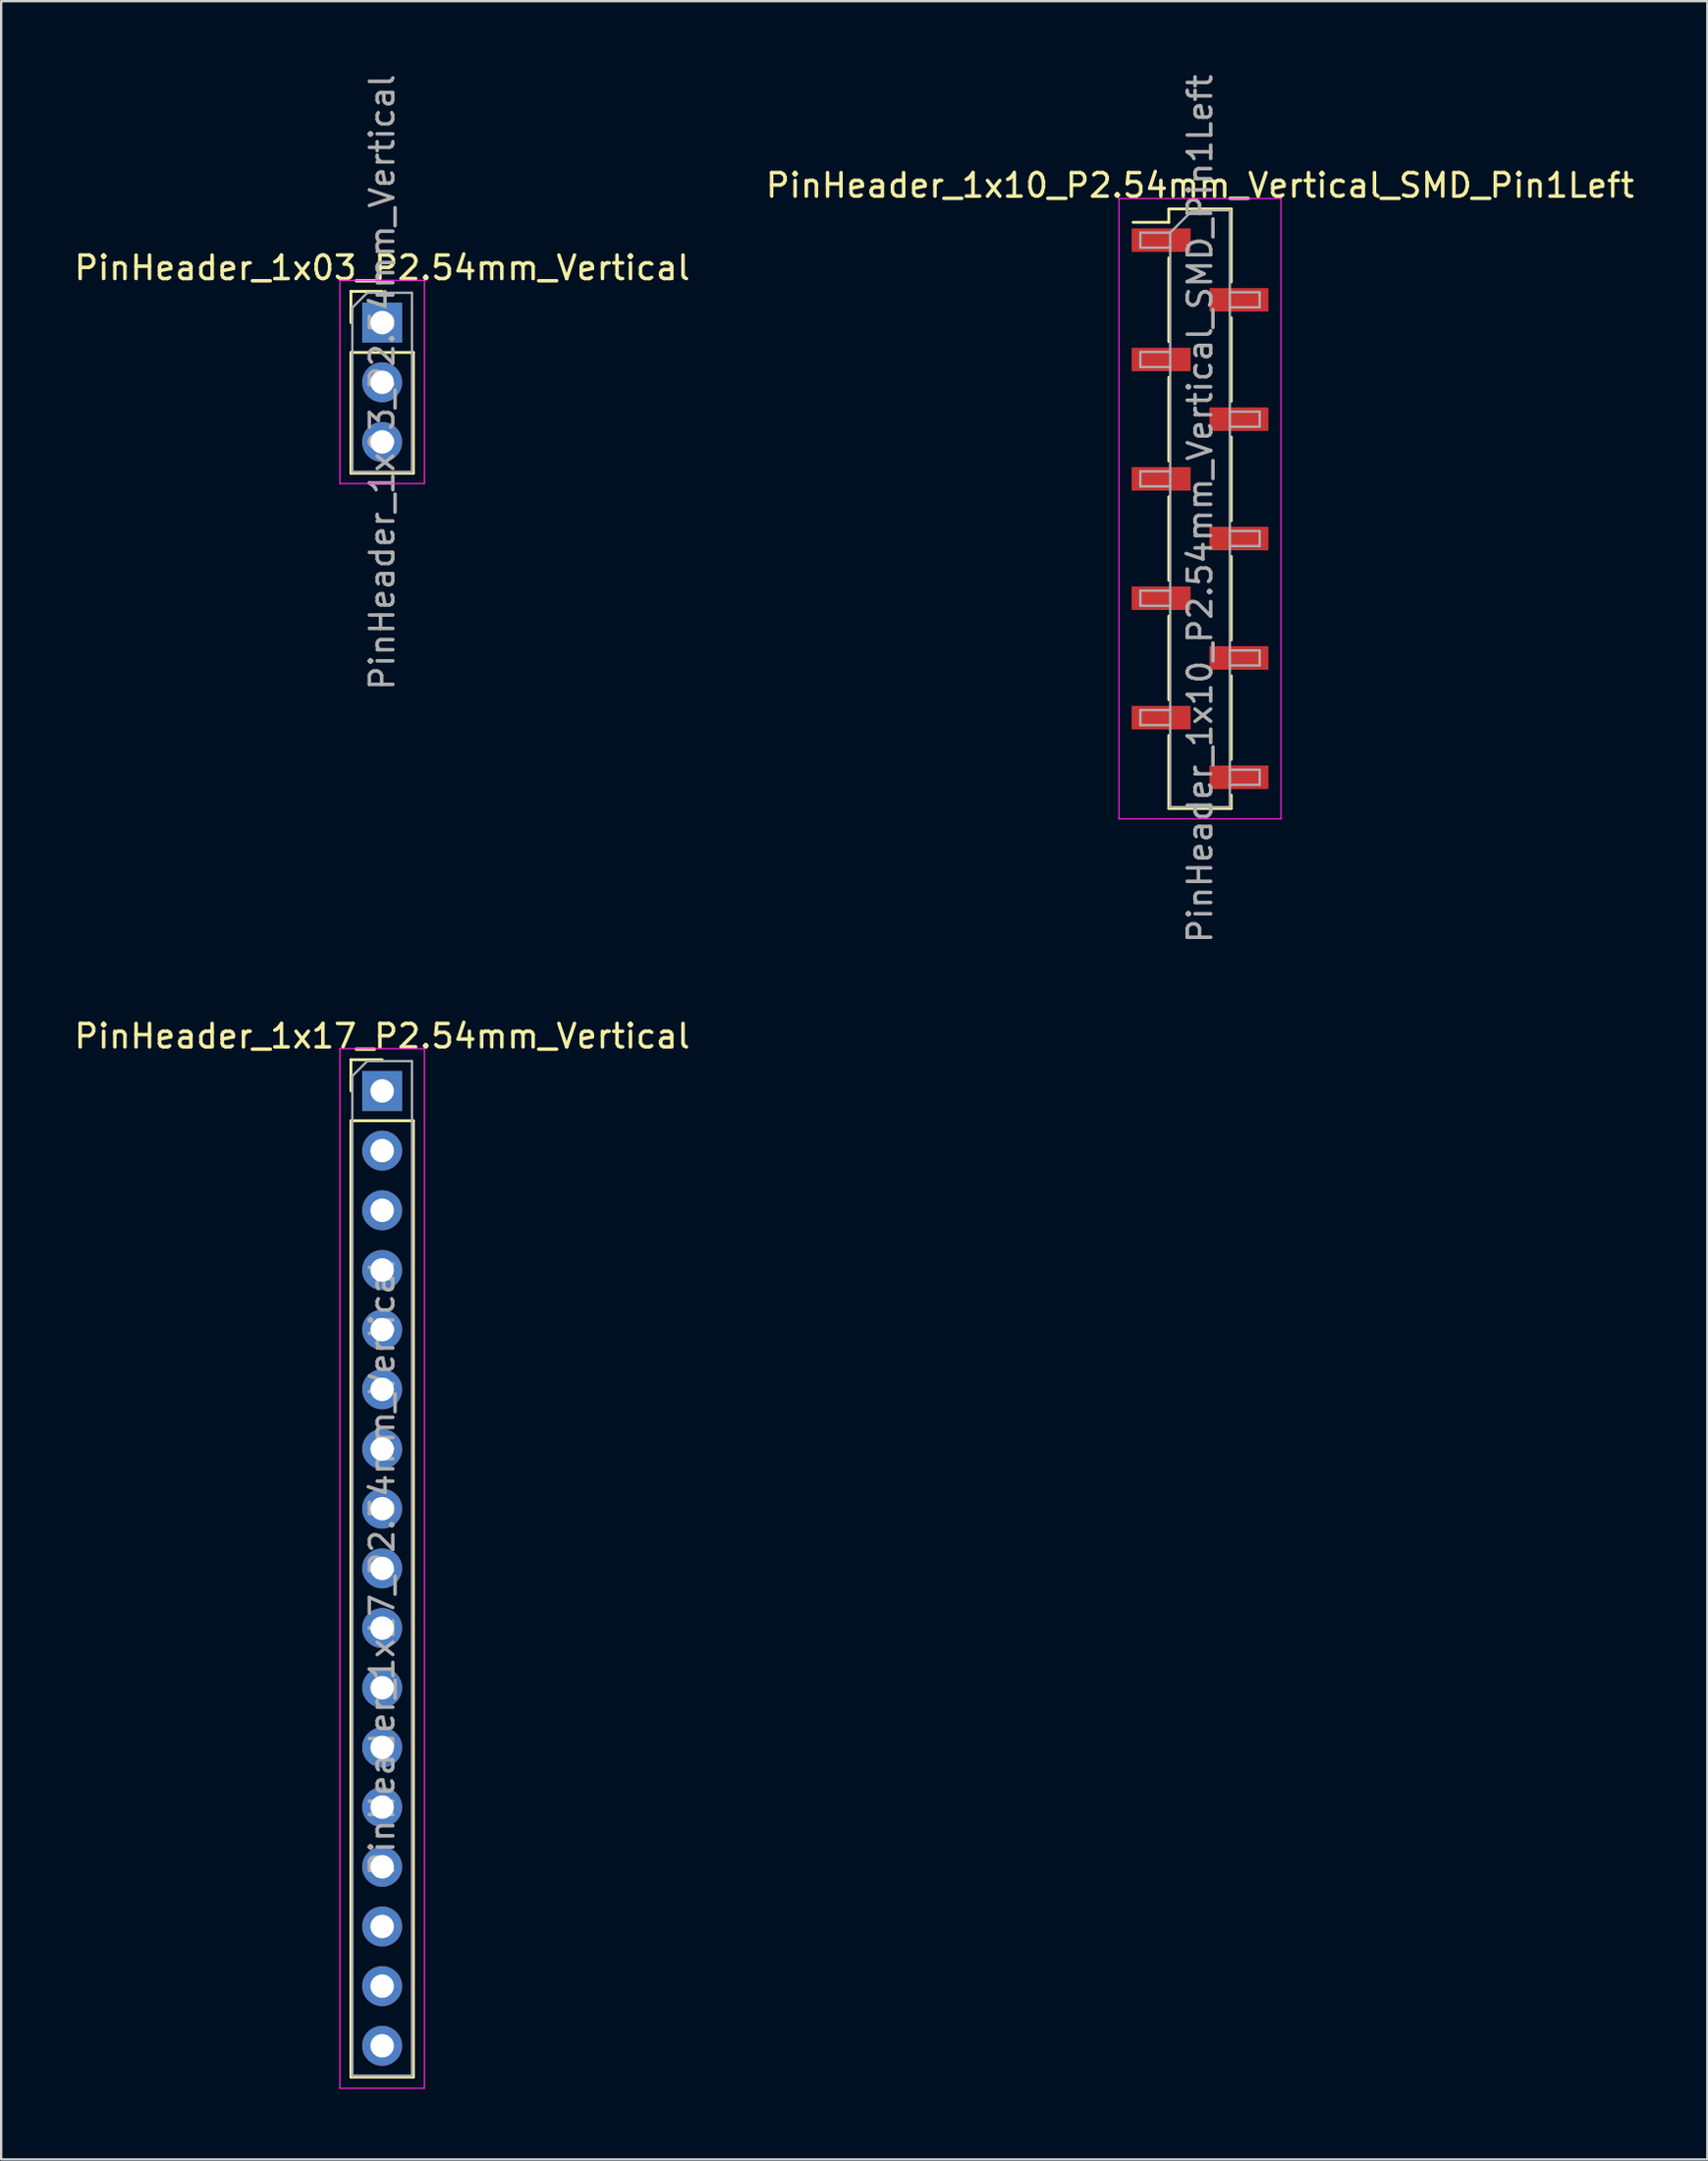
<source format=kicad_pcb>
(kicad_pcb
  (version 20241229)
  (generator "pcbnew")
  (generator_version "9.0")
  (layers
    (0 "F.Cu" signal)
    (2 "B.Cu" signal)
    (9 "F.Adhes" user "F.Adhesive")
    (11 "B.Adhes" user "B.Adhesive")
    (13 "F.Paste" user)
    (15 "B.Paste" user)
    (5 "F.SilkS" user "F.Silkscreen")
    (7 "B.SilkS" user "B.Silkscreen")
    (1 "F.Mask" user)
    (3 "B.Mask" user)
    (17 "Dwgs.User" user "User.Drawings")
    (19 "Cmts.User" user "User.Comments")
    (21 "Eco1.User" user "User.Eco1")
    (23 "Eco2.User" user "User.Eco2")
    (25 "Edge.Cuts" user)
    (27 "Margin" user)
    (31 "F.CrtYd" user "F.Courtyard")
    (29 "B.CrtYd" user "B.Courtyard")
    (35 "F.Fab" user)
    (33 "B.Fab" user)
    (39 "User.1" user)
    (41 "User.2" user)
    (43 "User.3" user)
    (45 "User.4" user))
  (footprint "PinHeader_1x10_P2.54mm_Vertical_SMD_Pin1Left"
    (layer "F.Cu")
    (at 48.042 18.601)
    (property "Reference" "PinHeader_1x10_P2.54mm_Vertical_SMD_Pin1Left" (at 0 -13.76 0) (layer "F.SilkS") (effects (font (size 1 1) (thickness 0.15))))
    (attr smd)
    (fp_line (start -1.33 -12.76) (end -1.33 -12.19) (stroke (width 0.12) (type solid)) (layer "F.SilkS"))
    (fp_line (start -1.33 -12.76) (end 1.33 -12.76) (stroke (width 0.12) (type solid)) (layer "F.SilkS"))
    (fp_line (start -1.33 -12.19) (end -2.85 -12.19) (stroke (width 0.12) (type solid)) (layer "F.SilkS"))
    (fp_line (start -1.33 -10.67) (end -1.33 -7.11) (stroke (width 0.12) (type solid)) (layer "F.SilkS"))
    (fp_line (start -1.33 -5.59) (end -1.33 -2.03) (stroke (width 0.12) (type solid)) (layer "F.SilkS"))
    (fp_line (start -1.33 -0.51) (end -1.33 3.05) (stroke (width 0.12) (type solid)) (layer "F.SilkS"))
    (fp_line (start -1.33 4.57) (end -1.33 8.13) (stroke (width 0.12) (type solid)) (layer "F.SilkS"))
    (fp_line (start -1.33 9.65) (end -1.33 12.76) (stroke (width 0.12) (type solid)) (layer "F.SilkS"))
    (fp_line (start -1.33 12.76) (end 1.33 12.76) (stroke (width 0.12) (type solid)) (layer "F.SilkS"))
    (fp_line (start 1.33 -12.76) (end 1.33 -9.65) (stroke (width 0.12) (type solid)) (layer "F.SilkS"))
    (fp_line (start 1.33 -8.13) (end 1.33 -4.57) (stroke (width 0.12) (type solid)) (layer "F.SilkS"))
    (fp_line (start 1.33 -3.05) (end 1.33 0.51) (stroke (width 0.12) (type solid)) (layer "F.SilkS"))
    (fp_line (start 1.33 2.03) (end 1.33 5.59) (stroke (width 0.12) (type solid)) (layer "F.SilkS"))
    (fp_line (start 1.33 7.11) (end 1.33 10.67) (stroke (width 0.12) (type solid)) (layer "F.SilkS"))
    (fp_line (start 1.33 12.19) (end 1.33 12.76) (stroke (width 0.12) (type solid)) (layer "F.SilkS"))
    (fp_line (start -3.45 -13.2) (end -3.45 13.2) (stroke (width 0.05) (type solid)) (layer "F.CrtYd"))
    (fp_line (start -3.45 13.2) (end 3.45 13.2) (stroke (width 0.05) (type solid)) (layer "F.CrtYd"))
    (fp_line (start 3.45 -13.2) (end -3.45 -13.2) (stroke (width 0.05) (type solid)) (layer "F.CrtYd"))
    (fp_line (start 3.45 13.2) (end 3.45 -13.2) (stroke (width 0.05) (type solid)) (layer "F.CrtYd"))
    (fp_line (start -2.54 -11.75) (end -2.54 -11.11) (stroke (width 0.1) (type solid)) (layer "F.Fab"))
    (fp_line (start -2.54 -11.11) (end -1.27 -11.11) (stroke (width 0.1) (type solid)) (layer "F.Fab"))
    (fp_line (start -2.54 -6.67) (end -2.54 -6.03) (stroke (width 0.1) (type solid)) (layer "F.Fab"))
    (fp_line (start -2.54 -6.03) (end -1.27 -6.03) (stroke (width 0.1) (type solid)) (layer "F.Fab"))
    (fp_line (start -2.54 -1.59) (end -2.54 -0.95) (stroke (width 0.1) (type solid)) (layer "F.Fab"))
    (fp_line (start -2.54 -0.95) (end -1.27 -0.95) (stroke (width 0.1) (type solid)) (layer "F.Fab"))
    (fp_line (start -2.54 3.49) (end -2.54 4.13) (stroke (width 0.1) (type solid)) (layer "F.Fab"))
    (fp_line (start -2.54 4.13) (end -1.27 4.13) (stroke (width 0.1) (type solid)) (layer "F.Fab"))
    (fp_line (start -2.54 8.57) (end -2.54 9.21) (stroke (width 0.1) (type solid)) (layer "F.Fab"))
    (fp_line (start -2.54 9.21) (end -1.27 9.21) (stroke (width 0.1) (type solid)) (layer "F.Fab"))
    (fp_line (start -1.27 -11.75) (end -2.54 -11.75) (stroke (width 0.1) (type solid)) (layer "F.Fab"))
    (fp_line (start -1.27 -11.75) (end -0.32 -12.7) (stroke (width 0.1) (type solid)) (layer "F.Fab"))
    (fp_line (start -1.27 -6.67) (end -2.54 -6.67) (stroke (width 0.1) (type solid)) (layer "F.Fab"))
    (fp_line (start -1.27 -1.59) (end -2.54 -1.59) (stroke (width 0.1) (type solid)) (layer "F.Fab"))
    (fp_line (start -1.27 3.49) (end -2.54 3.49) (stroke (width 0.1) (type solid)) (layer "F.Fab"))
    (fp_line (start -1.27 8.57) (end -2.54 8.57) (stroke (width 0.1) (type solid)) (layer "F.Fab"))
    (fp_line (start -1.27 12.7) (end -1.27 -11.75) (stroke (width 0.1) (type solid)) (layer "F.Fab"))
    (fp_line (start -0.32 -12.7) (end 1.27 -12.7) (stroke (width 0.1) (type solid)) (layer "F.Fab"))
    (fp_line (start 1.27 -12.7) (end 1.27 12.7) (stroke (width 0.1) (type solid)) (layer "F.Fab"))
    (fp_line (start 1.27 -9.21) (end 2.54 -9.21) (stroke (width 0.1) (type solid)) (layer "F.Fab"))
    (fp_line (start 1.27 -4.13) (end 2.54 -4.13) (stroke (width 0.1) (type solid)) (layer "F.Fab"))
    (fp_line (start 1.27 0.95) (end 2.54 0.95) (stroke (width 0.1) (type solid)) (layer "F.Fab"))
    (fp_line (start 1.27 6.03) (end 2.54 6.03) (stroke (width 0.1) (type solid)) (layer "F.Fab"))
    (fp_line (start 1.27 11.11) (end 2.54 11.11) (stroke (width 0.1) (type solid)) (layer "F.Fab"))
    (fp_line (start 1.27 12.7) (end -1.27 12.7) (stroke (width 0.1) (type solid)) (layer "F.Fab"))
    (fp_line (start 2.54 -9.21) (end 2.54 -8.57) (stroke (width 0.1) (type solid)) (layer "F.Fab"))
    (fp_line (start 2.54 -8.57) (end 1.27 -8.57) (stroke (width 0.1) (type solid)) (layer "F.Fab"))
    (fp_line (start 2.54 -4.13) (end 2.54 -3.49) (stroke (width 0.1) (type solid)) (layer "F.Fab"))
    (fp_line (start 2.54 -3.49) (end 1.27 -3.49) (stroke (width 0.1) (type solid)) (layer "F.Fab"))
    (fp_line (start 2.54 0.95) (end 2.54 1.59) (stroke (width 0.1) (type solid)) (layer "F.Fab"))
    (fp_line (start 2.54 1.59) (end 1.27 1.59) (stroke (width 0.1) (type solid)) (layer "F.Fab"))
    (fp_line (start 2.54 6.03) (end 2.54 6.67) (stroke (width 0.1) (type solid)) (layer "F.Fab"))
    (fp_line (start 2.54 6.67) (end 1.27 6.67) (stroke (width 0.1) (type solid)) (layer "F.Fab"))
    (fp_line (start 2.54 11.11) (end 2.54 11.75) (stroke (width 0.1) (type solid)) (layer "F.Fab"))
    (fp_line (start 2.54 11.75) (end 1.27 11.75) (stroke (width 0.1) (type solid)) (layer "F.Fab"))
    (fp_text user "${REFERENCE}" (at 0 0 90) (layer "F.Fab") (effects (font (size 1 1) (thickness 0.15))))
    (pad "1" smd rect (at -1.655 -11.43) (size 2.51 1) (layers "F.Cu" "F.Mask" "F.Paste"))
    (pad "2" smd rect (at 1.655 -8.89) (size 2.51 1) (layers "F.Cu" "F.Mask" "F.Paste"))
    (pad "3" smd rect (at -1.655 -6.35) (size 2.51 1) (layers "F.Cu" "F.Mask" "F.Paste"))
    (pad "4" smd rect (at 1.655 -3.81) (size 2.51 1) (layers "F.Cu" "F.Mask" "F.Paste"))
    (pad "5" smd rect (at -1.655 -1.27) (size 2.51 1) (layers "F.Cu" "F.Mask" "F.Paste"))
    (pad "6" smd rect (at 1.655 1.27) (size 2.51 1) (layers "F.Cu" "F.Mask" "F.Paste"))
    (pad "7" smd rect (at -1.655 3.81) (size 2.51 1) (layers "F.Cu" "F.Mask" "F.Paste"))
    (pad "8" smd rect (at 1.655 6.35) (size 2.51 1) (layers "F.Cu" "F.Mask" "F.Paste"))
    (pad "9" smd rect (at -1.655 8.89) (size 2.51 1) (layers "F.Cu" "F.Mask" "F.Paste"))
    (pad "10" smd rect (at 1.655 11.43) (size 2.51 1) (layers "F.Cu" "F.Mask" "F.Paste")))
  (footprint "PinHeader_1x03_P2.54mm_Vertical"
    (layer "F.Cu")
    (at 13.22 10.68)
    (property "Reference" "PinHeader_1x03_P2.54mm_Vertical" (at 0 -2.33 0) (layer "F.SilkS") (effects (font (size 1 1) (thickness 0.15))))
    (attr through_hole)
    (fp_line (start -1.33 -1.33) (end 0 -1.33) (stroke (width 0.12) (type solid)) (layer "F.SilkS"))
    (fp_line (start -1.33 0) (end -1.33 -1.33) (stroke (width 0.12) (type solid)) (layer "F.SilkS"))
    (fp_line (start -1.33 1.27) (end -1.33 6.41) (stroke (width 0.12) (type solid)) (layer "F.SilkS"))
    (fp_line (start -1.33 1.27) (end 1.33 1.27) (stroke (width 0.12) (type solid)) (layer "F.SilkS"))
    (fp_line (start -1.33 6.41) (end 1.33 6.41) (stroke (width 0.12) (type solid)) (layer "F.SilkS"))
    (fp_line (start 1.33 1.27) (end 1.33 6.41) (stroke (width 0.12) (type solid)) (layer "F.SilkS"))
    (fp_line (start -1.8 -1.8) (end -1.8 6.85) (stroke (width 0.05) (type solid)) (layer "F.CrtYd"))
    (fp_line (start -1.8 6.85) (end 1.8 6.85) (stroke (width 0.05) (type solid)) (layer "F.CrtYd"))
    (fp_line (start 1.8 -1.8) (end -1.8 -1.8) (stroke (width 0.05) (type solid)) (layer "F.CrtYd"))
    (fp_line (start 1.8 6.85) (end 1.8 -1.8) (stroke (width 0.05) (type solid)) (layer "F.CrtYd"))
    (fp_line (start -1.27 -0.635) (end -0.635 -1.27) (stroke (width 0.1) (type solid)) (layer "F.Fab"))
    (fp_line (start -1.27 6.35) (end -1.27 -0.635) (stroke (width 0.1) (type solid)) (layer "F.Fab"))
    (fp_line (start -0.635 -1.27) (end 1.27 -1.27) (stroke (width 0.1) (type solid)) (layer "F.Fab"))
    (fp_line (start 1.27 -1.27) (end 1.27 6.35) (stroke (width 0.1) (type solid)) (layer "F.Fab"))
    (fp_line (start 1.27 6.35) (end -1.27 6.35) (stroke (width 0.1) (type solid)) (layer "F.Fab"))
    (fp_text user "${REFERENCE}" (at 0 2.54 90) (layer "F.Fab") (effects (font (size 1 1) (thickness 0.15))))
    (pad "1" thru_hole rect (at 0 0) (size 1.7 1.7) (drill 1) (layers "*.Cu" "*.Mask"))
    (pad "2" thru_hole oval (at 0 2.54) (size 1.7 1.7) (drill 1) (layers "*.Cu" "*.Mask"))
    (pad "3" thru_hole oval (at 0 5.08) (size 1.7 1.7) (drill 1) (layers "*.Cu" "*.Mask")))
  (footprint "PinHeader_1x17_P2.54mm_Vertical"
    (layer "F.Cu")
    (at 13.22 43.381)
    (property "Reference" "PinHeader_1x17_P2.54mm_Vertical" (at 0 -2.33 0) (layer "F.SilkS") (effects (font (size 1 1) (thickness 0.15))))
    (attr through_hole)
    (fp_line (start -1.33 -1.33) (end 0 -1.33) (stroke (width 0.12) (type solid)) (layer "F.SilkS"))
    (fp_line (start -1.33 0) (end -1.33 -1.33) (stroke (width 0.12) (type solid)) (layer "F.SilkS"))
    (fp_line (start -1.33 1.27) (end -1.33 41.97) (stroke (width 0.12) (type solid)) (layer "F.SilkS"))
    (fp_line (start -1.33 1.27) (end 1.33 1.27) (stroke (width 0.12) (type solid)) (layer "F.SilkS"))
    (fp_line (start -1.33 41.97) (end 1.33 41.97) (stroke (width 0.12) (type solid)) (layer "F.SilkS"))
    (fp_line (start 1.33 1.27) (end 1.33 41.97) (stroke (width 0.12) (type solid)) (layer "F.SilkS"))
    (fp_line (start -1.8 -1.8) (end -1.8 42.45) (stroke (width 0.05) (type solid)) (layer "F.CrtYd"))
    (fp_line (start -1.8 42.45) (end 1.8 42.45) (stroke (width 0.05) (type solid)) (layer "F.CrtYd"))
    (fp_line (start 1.8 -1.8) (end -1.8 -1.8) (stroke (width 0.05) (type solid)) (layer "F.CrtYd"))
    (fp_line (start 1.8 42.45) (end 1.8 -1.8) (stroke (width 0.05) (type solid)) (layer "F.CrtYd"))
    (fp_line (start -1.27 -0.635) (end -0.635 -1.27) (stroke (width 0.1) (type solid)) (layer "F.Fab"))
    (fp_line (start -1.27 41.91) (end -1.27 -0.635) (stroke (width 0.1) (type solid)) (layer "F.Fab"))
    (fp_line (start -0.635 -1.27) (end 1.27 -1.27) (stroke (width 0.1) (type solid)) (layer "F.Fab"))
    (fp_line (start 1.27 -1.27) (end 1.27 41.91) (stroke (width 0.1) (type solid)) (layer "F.Fab"))
    (fp_line (start 1.27 41.91) (end -1.27 41.91) (stroke (width 0.1) (type solid)) (layer "F.Fab"))
    (fp_text user "${REFERENCE}" (at 0 20.32 90) (layer "F.Fab") (effects (font (size 1 1) (thickness 0.15))))
    (pad "1" thru_hole rect (at 0 0) (size 1.7 1.7) (drill 1) (layers "*.Cu" "*.Mask"))
    (pad "2" thru_hole oval (at 0 2.54) (size 1.7 1.7) (drill 1) (layers "*.Cu" "*.Mask"))
    (pad "3" thru_hole oval (at 0 5.08) (size 1.7 1.7) (drill 1) (layers "*.Cu" "*.Mask"))
    (pad "4" thru_hole oval (at 0 7.62) (size 1.7 1.7) (drill 1) (layers "*.Cu" "*.Mask"))
    (pad "5" thru_hole oval (at 0 10.16) (size 1.7 1.7) (drill 1) (layers "*.Cu" "*.Mask"))
    (pad "6" thru_hole oval (at 0 12.7) (size 1.7 1.7) (drill 1) (layers "*.Cu" "*.Mask"))
    (pad "7" thru_hole oval (at 0 15.24) (size 1.7 1.7) (drill 1) (layers "*.Cu" "*.Mask"))
    (pad "8" thru_hole oval (at 0 17.78) (size 1.7 1.7) (drill 1) (layers "*.Cu" "*.Mask"))
    (pad "9" thru_hole oval (at 0 20.32) (size 1.7 1.7) (drill 1) (layers "*.Cu" "*.Mask"))
    (pad "10" thru_hole oval (at 0 22.86) (size 1.7 1.7) (drill 1) (layers "*.Cu" "*.Mask"))
    (pad "11" thru_hole oval (at 0 25.4) (size 1.7 1.7) (drill 1) (layers "*.Cu" "*.Mask"))
    (pad "12" thru_hole oval (at 0 27.94) (size 1.7 1.7) (drill 1) (layers "*.Cu" "*.Mask"))
    (pad "13" thru_hole oval (at 0 30.48) (size 1.7 1.7) (drill 1) (layers "*.Cu" "*.Mask"))
    (pad "14" thru_hole oval (at 0 33.02) (size 1.7 1.7) (drill 1) (layers "*.Cu" "*.Mask"))
    (pad "15" thru_hole oval (at 0 35.56) (size 1.7 1.7) (drill 1) (layers "*.Cu" "*.Mask"))
    (pad "16" thru_hole oval (at 0 38.1) (size 1.7 1.7) (drill 1) (layers "*.Cu" "*.Mask"))
    (pad "17" thru_hole oval (at 0 40.64) (size 1.7 1.7) (drill 1) (layers "*.Cu" "*.Mask")))
  (gr_rect
    (start -3 -3)
    (end 69.643 88.856)
    (stroke (width 0.1) (type default))
    (fill no)
    (layer "Edge.Cuts")))
</source>
